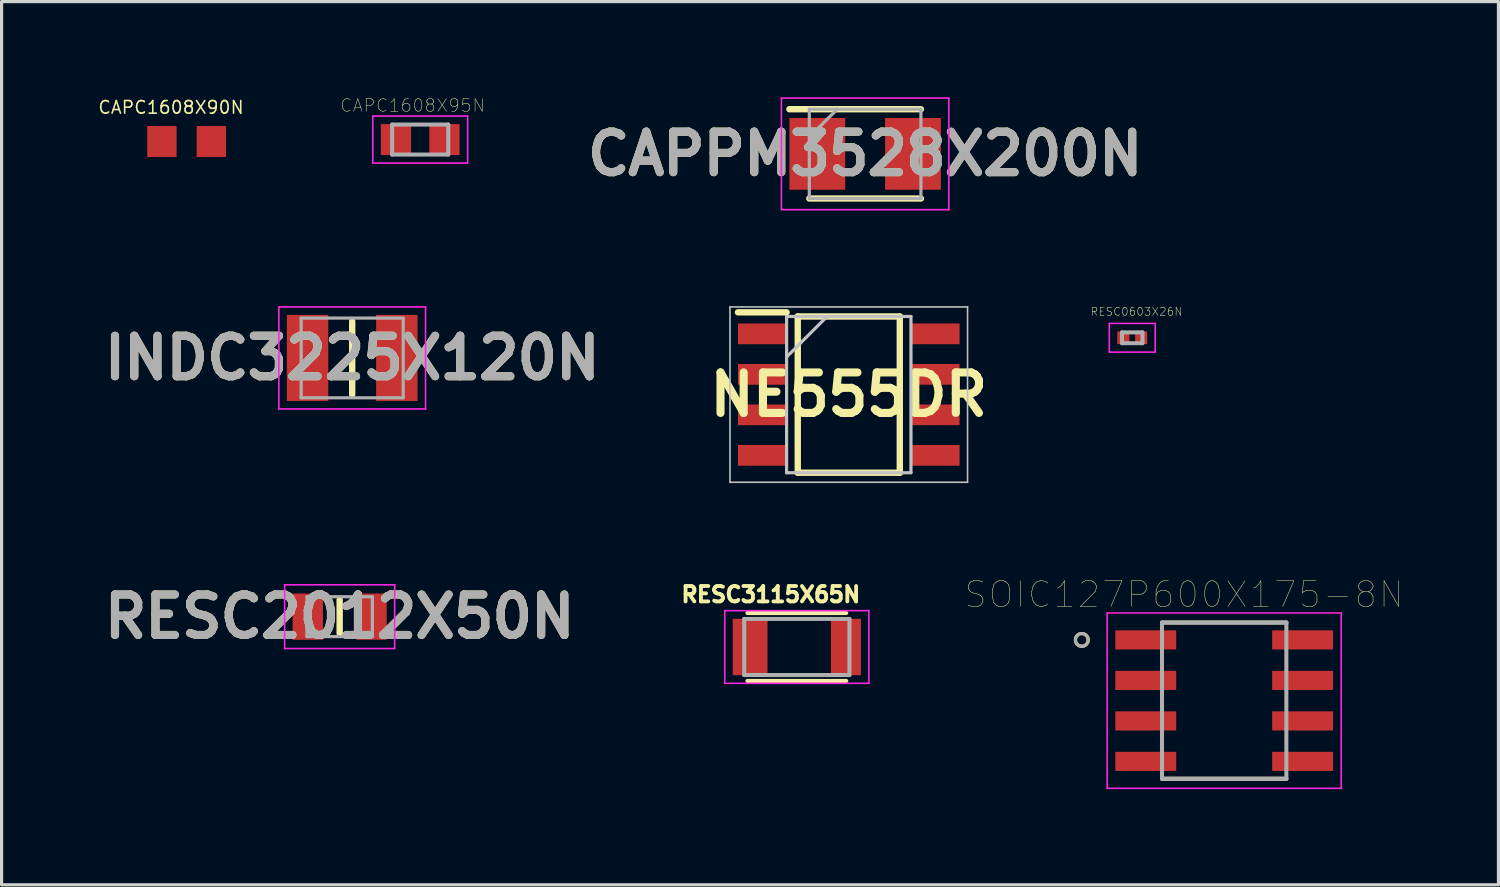
<source format=kicad_pcb>
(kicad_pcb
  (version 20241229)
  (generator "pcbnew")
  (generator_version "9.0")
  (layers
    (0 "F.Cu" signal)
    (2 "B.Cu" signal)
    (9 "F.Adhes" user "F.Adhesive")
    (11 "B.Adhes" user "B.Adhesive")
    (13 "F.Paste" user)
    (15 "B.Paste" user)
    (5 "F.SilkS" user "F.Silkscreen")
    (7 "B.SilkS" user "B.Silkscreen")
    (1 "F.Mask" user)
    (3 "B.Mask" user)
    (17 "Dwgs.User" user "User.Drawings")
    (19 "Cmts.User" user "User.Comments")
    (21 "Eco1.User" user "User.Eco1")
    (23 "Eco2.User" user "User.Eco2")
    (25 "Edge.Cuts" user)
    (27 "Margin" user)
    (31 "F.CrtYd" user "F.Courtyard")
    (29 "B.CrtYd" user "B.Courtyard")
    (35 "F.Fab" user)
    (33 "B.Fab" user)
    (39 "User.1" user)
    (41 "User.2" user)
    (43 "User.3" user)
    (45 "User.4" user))
  (footprint "INDC3225X120N"
    (layer "F.Cu")
    (at 7.995 8.175)
    (property "Reference" "INDC3225X120N" (at 0 0 0) (layer "F.SilkS") (effects (font (size 1.27 1.27) (thickness 0.254))))
    (attr smd)
    (fp_line (start 0 -1.15) (end 0 1.15) (stroke (width 0.2) (type solid)) (layer "F.SilkS"))
    (fp_line (start -2.3 -1.6) (end 2.3 -1.6) (stroke (width 0.05) (type solid)) (layer "F.CrtYd"))
    (fp_line (start -2.3 1.6) (end -2.3 -1.6) (stroke (width 0.05) (type solid)) (layer "F.CrtYd"))
    (fp_line (start 2.3 -1.6) (end 2.3 1.6) (stroke (width 0.05) (type solid)) (layer "F.CrtYd"))
    (fp_line (start 2.3 1.6) (end -2.3 1.6) (stroke (width 0.05) (type solid)) (layer "F.CrtYd"))
    (fp_line (start -1.6 -1.25) (end 1.6 -1.25) (stroke (width 0.1) (type solid)) (layer "F.Fab"))
    (fp_line (start -1.6 1.25) (end -1.6 -1.25) (stroke (width 0.1) (type solid)) (layer "F.Fab"))
    (fp_line (start 1.6 -1.25) (end 1.6 1.25) (stroke (width 0.1) (type solid)) (layer "F.Fab"))
    (fp_line (start 1.6 1.25) (end -1.6 1.25) (stroke (width 0.1) (type solid)) (layer "F.Fab"))
    (fp_text user "${REFERENCE}" (at 0 0 0) (layer "F.Fab") (effects (font (size 1.27 1.27) (thickness 0.254))))
    (pad "1" smd rect (at -1.4 0) (size 1.3 2.7) (layers "F.Cu" "F.Mask" "F.Paste"))
    (pad "2" smd rect (at 1.4 0) (size 1.3 2.7) (layers "F.Cu" "F.Mask" "F.Paste")))
  (footprint "CAPC1608X95N"
    (layer "F.Cu")
    (at 10.128 1.327)
    (property "Reference" "CAPC1608X95N" (at -0.24 -1.07 0) (layer "F.SilkS") (effects (font (size 0.394 0.394) (thickness 0.015))))
    (attr through_hole)
    (fp_line (start -1.487 -0.737) (end 1.487 -0.737) (stroke (width 0.05) (type solid)) (layer "F.CrtYd"))
    (fp_line (start -1.487 0.737) (end -1.487 -0.737) (stroke (width 0.05) (type solid)) (layer "F.CrtYd"))
    (fp_line (start -1.487 0.737) (end 1.487 0.737) (stroke (width 0.05) (type solid)) (layer "F.CrtYd"))
    (fp_line (start 1.487 0.737) (end 1.487 -0.737) (stroke (width 0.05) (type solid)) (layer "F.CrtYd"))
    (fp_line (start -0.88 0.47) (end -0.88 -0.47) (stroke (width 0.127) (type solid)) (layer "F.Fab"))
    (fp_line (start 0.88 -0.47) (end -0.88 -0.47) (stroke (width 0.127) (type solid)) (layer "F.Fab"))
    (fp_line (start 0.88 0.47) (end -0.88 0.47) (stroke (width 0.127) (type solid)) (layer "F.Fab"))
    (fp_line (start 0.88 0.47) (end 0.88 -0.47) (stroke (width 0.127) (type solid)) (layer "F.Fab"))
    (pad "1" smd rect (at -0.76 0) (size 0.95 0.97) (layers "F.Cu" "F.Mask" "F.Paste"))
    (pad "2" smd rect (at 0.76 0) (size 0.95 0.97) (layers "F.Cu" "F.Mask" "F.Paste")))
  (footprint "NE555DR"
    (layer "F.Cu")
    (at 23.568 9.325)
    (property "Reference" "NE555DR" (at 0 0 0) (layer "F.SilkS") (effects (font (size 1.27 1.27) (thickness 0.254))))
    (attr smd)
    (fp_line (start -3.475 -2.58) (end -1.95 -2.58) (stroke (width 0.2) (type solid)) (layer "F.SilkS"))
    (fp_line (start -1.6 -2.45) (end 1.6 -2.45) (stroke (width 0.2) (type solid)) (layer "F.SilkS"))
    (fp_line (start -1.6 2.45) (end -1.6 -2.45) (stroke (width 0.2) (type solid)) (layer "F.SilkS"))
    (fp_line (start 1.6 -2.45) (end 1.6 2.45) (stroke (width 0.2) (type solid)) (layer "F.SilkS"))
    (fp_line (start 1.6 2.45) (end -1.6 2.45) (stroke (width 0.2) (type solid)) (layer "F.SilkS"))
    (fp_line (start -3.725 -2.75) (end 3.725 -2.75) (stroke (width 0.05) (type solid)) (layer "Dwgs.User"))
    (fp_line (start -3.725 2.75) (end -3.725 -2.75) (stroke (width 0.05) (type solid)) (layer "Dwgs.User"))
    (fp_line (start -1.95 -2.45) (end 1.95 -2.45) (stroke (width 0.1) (type solid)) (layer "Dwgs.User"))
    (fp_line (start -1.95 -1.18) (end -0.68 -2.45) (stroke (width 0.1) (type solid)) (layer "Dwgs.User"))
    (fp_line (start -1.95 2.45) (end -1.95 -2.45) (stroke (width 0.1) (type solid)) (layer "Dwgs.User"))
    (fp_line (start 1.95 -2.45) (end 1.95 2.45) (stroke (width 0.1) (type solid)) (layer "Dwgs.User"))
    (fp_line (start 1.95 2.45) (end -1.95 2.45) (stroke (width 0.1) (type solid)) (layer "Dwgs.User"))
    (fp_line (start 3.725 -2.75) (end 3.725 2.75) (stroke (width 0.05) (type solid)) (layer "Dwgs.User"))
    (fp_line (start 3.725 2.75) (end -3.725 2.75) (stroke (width 0.05) (type solid)) (layer "Dwgs.User"))
    (pad "1" smd rect (at -2.712 -1.905 90) (size 0.65 1.525) (layers "F.Cu" "F.Paste"))
    (pad "2" smd rect (at -2.712 -0.635 90) (size 0.65 1.525) (layers "F.Cu" "F.Paste"))
    (pad "3" smd rect (at -2.712 0.635 90) (size 0.65 1.525) (layers "F.Cu" "F.Paste"))
    (pad "4" smd rect (at -2.712 1.905 90) (size 0.65 1.525) (layers "F.Cu" "F.Paste"))
    (pad "5" smd rect (at 2.712 1.905 90) (size 0.65 1.525) (layers "F.Cu" "F.Paste"))
    (pad "6" smd rect (at 2.712 0.635 90) (size 0.65 1.525) (layers "F.Cu" "F.Paste"))
    (pad "7" smd rect (at 2.712 -0.635 90) (size 0.65 1.525) (layers "F.Cu" "F.Paste"))
    (pad "8" smd rect (at 2.712 -1.905 90) (size 0.65 1.525) (layers "F.Cu" "F.Paste")))
  (footprint "CAPC1608X90N"
    (layer "F.Cu")
    (at 2.803 1.388)
    (property "Reference" "CAPC1608X90N" (at -0.49 -1.07 0) (layer "F.SilkS") (effects (font (size 0.394 0.394) (thickness 0.05))))
    (attr smd)
    (fp_line (start -1.485 -0.735) (end 1.485 -0.735) (stroke (width 0.05) (type solid)) (layer "Eco1.User"))
    (fp_line (start -1.485 0.735) (end -1.485 -0.735) (stroke (width 0.05) (type solid)) (layer "Eco1.User"))
    (fp_line (start -1.485 0.735) (end 1.485 0.735) (stroke (width 0.05) (type solid)) (layer "Eco1.User"))
    (fp_line (start 1.485 0.735) (end 1.485 -0.735) (stroke (width 0.05) (type solid)) (layer "Eco1.User"))
    (fp_line (start -0.88 0.47) (end -0.88 -0.47) (stroke (width 0.127) (type solid)) (layer "Eco2.User"))
    (fp_line (start 0.88 -0.47) (end -0.88 -0.47) (stroke (width 0.127) (type solid)) (layer "Eco2.User"))
    (fp_line (start 0.88 0.47) (end -0.88 0.47) (stroke (width 0.127) (type solid)) (layer "Eco2.User"))
    (fp_line (start 0.88 0.47) (end 0.88 -0.47) (stroke (width 0.127) (type solid)) (layer "Eco2.User"))
    (pad "1" smd rect (at -0.775 0) (size 0.92 0.97) (layers "F.Cu" "F.Paste"))
    (pad "2" smd rect (at 0.775 0) (size 0.92 0.97) (layers "F.Cu" "F.Paste")))
  (footprint "RESC2012X50N"
    (layer "F.Cu")
    (at 7.602 16.289)
    (property "Reference" "RESC2012X50N" (at 0 0 0) (layer "F.SilkS") (effects (font (size 1.27 1.27) (thickness 0.254))))
    (attr smd)
    (fp_line (start 0 -0.525) (end 0 0.525) (stroke (width 0.2) (type solid)) (layer "F.SilkS"))
    (fp_line (start -1.725 -1) (end 1.725 -1) (stroke (width 0.05) (type solid)) (layer "F.CrtYd"))
    (fp_line (start -1.725 1) (end -1.725 -1) (stroke (width 0.05) (type solid)) (layer "F.CrtYd"))
    (fp_line (start 1.725 -1) (end 1.725 1) (stroke (width 0.05) (type solid)) (layer "F.CrtYd"))
    (fp_line (start 1.725 1) (end -1.725 1) (stroke (width 0.05) (type solid)) (layer "F.CrtYd"))
    (fp_line (start -1.025 -0.625) (end 1.025 -0.625) (stroke (width 0.1) (type solid)) (layer "F.Fab"))
    (fp_line (start -1.025 0.625) (end -1.025 -0.625) (stroke (width 0.1) (type solid)) (layer "F.Fab"))
    (fp_line (start 1.025 -0.625) (end 1.025 0.625) (stroke (width 0.1) (type solid)) (layer "F.Fab"))
    (fp_line (start 1.025 0.625) (end -1.025 0.625) (stroke (width 0.1) (type solid)) (layer "F.Fab"))
    (fp_text user "${REFERENCE}" (at 0 0 0) (layer "F.Fab") (effects (font (size 1.27 1.27) (thickness 0.254))))
    (pad "1" smd rect (at -1 0) (size 0.95 1.45) (layers "F.Cu" "F.Mask" "F.Paste"))
    (pad "2" smd rect (at 1 0) (size 0.95 1.45) (layers "F.Cu" "F.Mask" "F.Paste")))
  (footprint "CAPPM3528X200N"
    (layer "F.Cu")
    (at 24.081 1.775)
    (property "Reference" "CAPPM3528X200N" (at 0 0 0) (layer "F.SilkS") (effects (font (size 1.27 1.27) (thickness 0.254))))
    (attr smd)
    (fp_line (start -1.75 1.4) (end 1.75 1.4) (stroke (width 0.2) (type solid)) (layer "F.SilkS"))
    (fp_line (start 1.75 -1.4) (end -2.375 -1.4) (stroke (width 0.2) (type solid)) (layer "F.SilkS"))
    (fp_line (start -2.625 -1.75) (end 2.625 -1.75) (stroke (width 0.05) (type solid)) (layer "F.CrtYd"))
    (fp_line (start -2.625 1.75) (end -2.625 -1.75) (stroke (width 0.05) (type solid)) (layer "F.CrtYd"))
    (fp_line (start 2.625 -1.75) (end 2.625 1.75) (stroke (width 0.05) (type solid)) (layer "F.CrtYd"))
    (fp_line (start 2.625 1.75) (end -2.625 1.75) (stroke (width 0.05) (type solid)) (layer "F.CrtYd"))
    (fp_line (start -1.75 -1.4) (end 1.75 -1.4) (stroke (width 0.1) (type solid)) (layer "F.Fab"))
    (fp_line (start -1.75 -0.525) (end -0.875 -1.4) (stroke (width 0.1) (type solid)) (layer "F.Fab"))
    (fp_line (start -1.75 1.4) (end -1.75 -1.4) (stroke (width 0.1) (type solid)) (layer "F.Fab"))
    (fp_line (start 1.75 -1.4) (end 1.75 1.4) (stroke (width 0.1) (type solid)) (layer "F.Fab"))
    (fp_line (start 1.75 1.4) (end -1.75 1.4) (stroke (width 0.1) (type solid)) (layer "F.Fab"))
    (fp_text user "${REFERENCE}" (at 0 0 0) (layer "F.Fab") (effects (font (size 1.27 1.27) (thickness 0.254))))
    (pad "1" smd rect (at -1.5 0) (size 1.75 2.25) (layers "F.Cu" "F.Mask" "F.Paste"))
    (pad "2" smd rect (at 1.5 0) (size 1.75 2.25) (layers "F.Cu" "F.Mask" "F.Paste")))
  (footprint "RESC0603X26N"
    (layer "F.Cu")
    (at 32.458 7.543)
    (property "Reference" "RESC0603X26N" (at 0.132 -0.821 0) (layer "F.SilkS") (effects (font (size 0.25 0.25) (thickness 0.015))))
    (attr through_hole)
    (fp_line (start -0.72 -0.45) (end 0.72 -0.45) (stroke (width 0.05) (type solid)) (layer "F.CrtYd"))
    (fp_line (start -0.72 0.45) (end -0.72 -0.45) (stroke (width 0.05) (type solid)) (layer "F.CrtYd"))
    (fp_line (start 0.72 -0.45) (end 0.72 0.45) (stroke (width 0.05) (type solid)) (layer "F.CrtYd"))
    (fp_line (start 0.72 0.45) (end -0.72 0.45) (stroke (width 0.05) (type solid)) (layer "F.CrtYd"))
    (fp_line (start -0.32 -0.17) (end -0.32 0.17) (stroke (width 0.127) (type solid)) (layer "F.Fab"))
    (fp_line (start -0.32 -0.17) (end 0.32 -0.17) (stroke (width 0.127) (type solid)) (layer "F.Fab"))
    (fp_line (start -0.32 0.17) (end 0.32 0.17) (stroke (width 0.127) (type solid)) (layer "F.Fab"))
    (fp_line (start 0.32 -0.17) (end 0.32 0.17) (stroke (width 0.127) (type solid)) (layer "F.Fab"))
    (pad "1" smd rect (at -0.28 0) (size 0.38 0.4) (layers "F.Cu" "F.Mask" "F.Paste"))
    (pad "2" smd rect (at 0.28 0) (size 0.38 0.4) (layers "F.Cu" "F.Mask" "F.Paste")))
  (footprint "SOIC127P600X175-8N"
    (layer "F.Cu")
    (at 35.341 18.923)
    (property "Reference" "SOIC127P600X175-8N" (at -1.258 -3.327 0) (layer "F.SilkS") (effects (font (size 0.803 0.803) (thickness 0.015))))
    (attr through_hole)
    (fp_line (start -1.95 -2.45) (end 1.95 -2.45) (stroke (width 0.127) (type solid)) (layer "F.SilkS"))
    (fp_line (start -1.95 2.45) (end 1.95 2.45) (stroke (width 0.127) (type solid)) (layer "F.SilkS"))
    (fp_circle (center -4.465 -1.905) (end -4.265 -1.905) (stroke (width 0.1) (type solid)) (fill no) (layer "F.SilkS"))
    (fp_line (start -3.67 -2.75) (end -3.67 2.75) (stroke (width 0.05) (type solid)) (layer "F.CrtYd"))
    (fp_line (start -3.67 -2.75) (end 3.67 -2.75) (stroke (width 0.05) (type solid)) (layer "F.CrtYd"))
    (fp_line (start -3.67 2.75) (end 3.67 2.75) (stroke (width 0.05) (type solid)) (layer "F.CrtYd"))
    (fp_line (start 3.67 -2.75) (end 3.67 2.75) (stroke (width 0.05) (type solid)) (layer "F.CrtYd"))
    (fp_line (start -1.95 -2.45) (end -1.95 2.45) (stroke (width 0.127) (type solid)) (layer "F.Fab"))
    (fp_line (start -1.95 -2.45) (end 1.95 -2.45) (stroke (width 0.127) (type solid)) (layer "F.Fab"))
    (fp_line (start -1.95 2.45) (end 1.95 2.45) (stroke (width 0.127) (type solid)) (layer "F.Fab"))
    (fp_line (start 1.95 -2.45) (end 1.95 2.45) (stroke (width 0.127) (type solid)) (layer "F.Fab"))
    (fp_circle (center -4.465 -1.905) (end -4.265 -1.905) (stroke (width 0.1) (type solid)) (fill no) (layer "F.Fab"))
    (pad "1" smd rect (at -2.46 -1.905) (size 1.91 0.6) (layers "F.Cu" "F.Mask" "F.Paste"))
    (pad "2" smd rect (at -2.46 -0.635) (size 1.91 0.6) (layers "F.Cu" "F.Mask" "F.Paste"))
    (pad "3" smd rect (at -2.46 0.635) (size 1.91 0.6) (layers "F.Cu" "F.Mask" "F.Paste"))
    (pad "4" smd rect (at -2.46 1.905) (size 1.91 0.6) (layers "F.Cu" "F.Mask" "F.Paste"))
    (pad "5" smd rect (at 2.46 1.905) (size 1.91 0.6) (layers "F.Cu" "F.Mask" "F.Paste"))
    (pad "6" smd rect (at 2.46 0.635) (size 1.91 0.6) (layers "F.Cu" "F.Mask" "F.Paste"))
    (pad "7" smd rect (at 2.46 -0.635) (size 1.91 0.6) (layers "F.Cu" "F.Mask" "F.Paste"))
    (pad "8" smd rect (at 2.46 -1.905) (size 1.91 0.6) (layers "F.Cu" "F.Mask" "F.Paste")))
  (footprint "RESC3115X65N"
    (layer "F.Cu")
    (at 21.939 17.24)
    (property "Reference" "RESC3115X65N" (at -0.815 -1.647 0) (layer "F.SilkS") (effects (font (size 0.482 0.482) (thickness 0.15))))
    (attr through_hole)
    (fp_line (start -1.55 -1.065) (end 1.55 -1.065) (stroke (width 0.127) (type solid)) (layer "F.SilkS"))
    (fp_line (start -1.55 1.065) (end 1.55 1.065) (stroke (width 0.127) (type solid)) (layer "F.SilkS"))
    (fp_line (start -2.26 -1.14) (end 2.26 -1.14) (stroke (width 0.05) (type solid)) (layer "F.CrtYd"))
    (fp_line (start -2.26 1.14) (end -2.26 -1.14) (stroke (width 0.05) (type solid)) (layer "F.CrtYd"))
    (fp_line (start 2.26 -1.14) (end 2.26 1.14) (stroke (width 0.05) (type solid)) (layer "F.CrtYd"))
    (fp_line (start 2.26 1.14) (end -2.26 1.14) (stroke (width 0.05) (type solid)) (layer "F.CrtYd"))
    (fp_line (start -1.65 -0.88) (end -1.65 0.88) (stroke (width 0.127) (type solid)) (layer "F.Fab"))
    (fp_line (start -1.65 -0.88) (end 1.65 -0.88) (stroke (width 0.127) (type solid)) (layer "F.Fab"))
    (fp_line (start -1.65 0.88) (end 1.65 0.88) (stroke (width 0.127) (type solid)) (layer "F.Fab"))
    (fp_line (start 1.65 -0.88) (end 1.65 0.88) (stroke (width 0.127) (type solid)) (layer "F.Fab"))
    (pad "1" smd rect (at -1.465 0) (size 1.09 1.77) (layers "F.Cu" "F.Mask" "F.Paste"))
    (pad "2" smd rect (at 1.54 0) (size 0.94 1.77) (layers "F.Cu" "F.Mask" "F.Paste")))
  (gr_rect
    (start -3 -3)
    (end 43.942 24.698)
    (stroke (width 0.1) (type default))
    (fill no)
    (layer "Edge.Cuts")))
</source>
